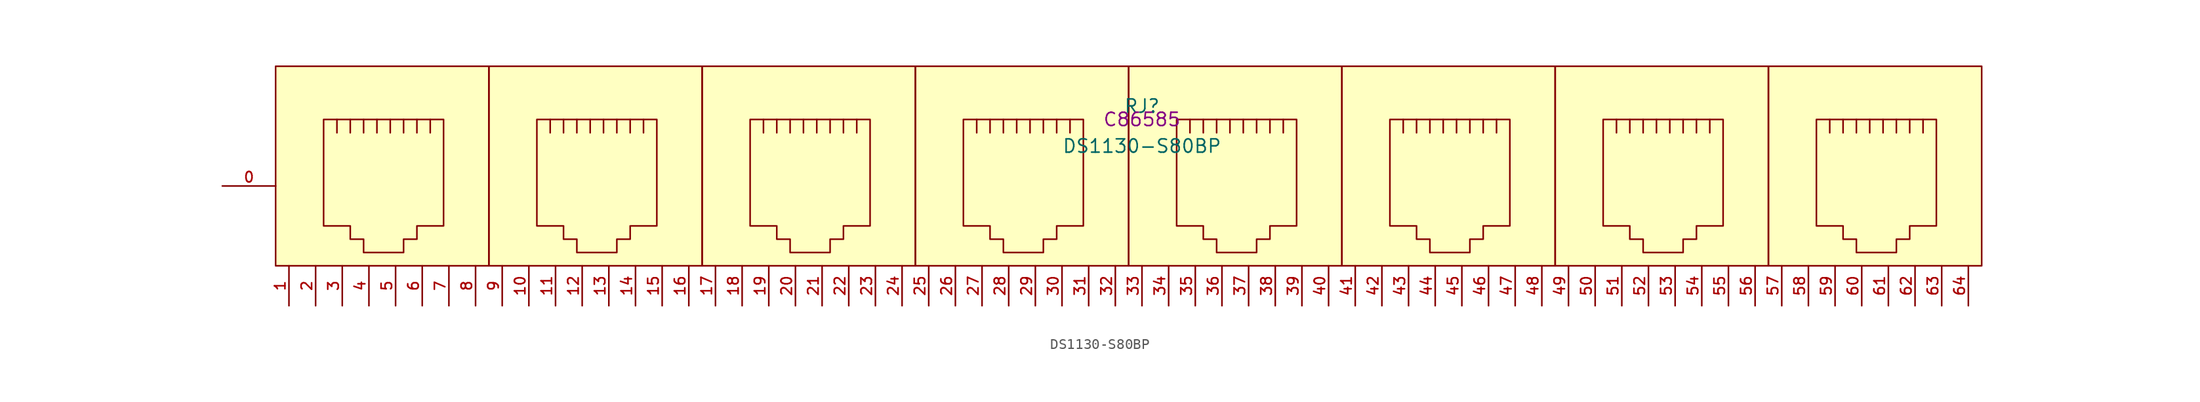
<source format=kicad_sym>
(kicad_symbol_lib
  (version 20211014)
  (generator kicad_symbol_editor)
  (symbol "DS1130-S80BP"
    (pin_names hide)
    (property "Reference" "RJ"
      (at 0 1.27 0)
      (effects (font (size 1.27 1.27))))
    (property "Value" "DS1130-S80BP"
      (at 0 -2.54 0)
      (effects (font (size 1.27 1.27))))
    (property "LCSC" "C86585"
      (at 0 0 0)
      (effects (font (size 1.27 1.27))))
    (symbol "DS1130-S80BP_0_0"
      (rectangle (start -82.55 5.08) (end -62.23 -13.97) (stroke (width 0) (type default) (color 0 0 0 0)) (fill (type background)))
      (rectangle (start -62.23 5.08) (end -41.91 -13.97) (stroke (width 0) (type default) (color 0 0 0 0)) (fill (type background)))
      (rectangle (start -41.91 5.08) (end -21.59 -13.97) (stroke (width 0) (type default) (color 0 0 0 0)) (fill (type background)))
      (rectangle (start -21.59 5.08) (end -1.27 -13.97) (stroke (width 0) (type default) (color 0 0 0 0)) (fill (type background)))
      (rectangle (start -1.27 5.08) (end 19.05 -13.97) (stroke (width 0) (type default) (color 0 0 0 0)) (fill (type background)))
      (polyline (pts (xy -76.708 -1.27) (xy -76.708 0) (xy -76.708 0)) (stroke (width 0) (type default) (color 0 0 0 0)) (fill (type none)))
      (polyline (pts (xy -75.438 0) (xy -75.438 -1.27) (xy -75.438 -1.27)) (stroke (width 0) (type default) (color 0 0 0 0)) (fill (type none)))
      (polyline (pts (xy -74.168 0) (xy -74.168 -1.27) (xy -74.168 -1.27)) (stroke (width 0) (type default) (color 0 0 0 0)) (fill (type none)))
      (polyline (pts (xy -72.898 0) (xy -72.898 -1.27) (xy -72.898 -1.27)) (stroke (width 0) (type default) (color 0 0 0 0)) (fill (type none)))
      (polyline (pts (xy -71.628 0) (xy -71.628 -1.27) (xy -71.628 -1.27)) (stroke (width 0) (type default) (color 0 0 0 0)) (fill (type none)))
      (polyline (pts (xy -70.358 0) (xy -70.358 -1.27) (xy -70.358 -1.27)) (stroke (width 0) (type default) (color 0 0 0 0)) (fill (type none)))
      (polyline (pts (xy -69.088 -1.27) (xy -69.088 0) (xy -69.088 0)) (stroke (width 0) (type default) (color 0 0 0 0)) (fill (type none)))
      (polyline (pts (xy -67.818 -1.27) (xy -67.818 0) (xy -67.818 0)) (stroke (width 0) (type default) (color 0 0 0 0)) (fill (type none)))
      (polyline (pts (xy -56.388 -1.27) (xy -56.388 0) (xy -56.388 0)) (stroke (width 0) (type default) (color 0 0 0 0)) (fill (type none)))
      (polyline (pts (xy -55.118 0) (xy -55.118 -1.27) (xy -55.118 -1.27)) (stroke (width 0) (type default) (color 0 0 0 0)) (fill (type none)))
      (polyline (pts (xy -53.848 0) (xy -53.848 -1.27) (xy -53.848 -1.27)) (stroke (width 0) (type default) (color 0 0 0 0)) (fill (type none)))
      (polyline (pts (xy -52.578 0) (xy -52.578 -1.27) (xy -52.578 -1.27)) (stroke (width 0) (type default) (color 0 0 0 0)) (fill (type none)))
      (polyline (pts (xy -51.308 0) (xy -51.308 -1.27) (xy -51.308 -1.27)) (stroke (width 0) (type default) (color 0 0 0 0)) (fill (type none)))
      (polyline (pts (xy -50.038 0) (xy -50.038 -1.27) (xy -50.038 -1.27)) (stroke (width 0) (type default) (color 0 0 0 0)) (fill (type none)))
      (polyline (pts (xy -48.768 -1.27) (xy -48.768 0) (xy -48.768 0)) (stroke (width 0) (type default) (color 0 0 0 0)) (fill (type none)))
      (polyline (pts (xy -47.498 -1.27) (xy -47.498 0) (xy -47.498 0)) (stroke (width 0) (type default) (color 0 0 0 0)) (fill (type none)))
      (polyline (pts (xy -36.068 -1.27) (xy -36.068 0) (xy -36.068 0)) (stroke (width 0) (type default) (color 0 0 0 0)) (fill (type none)))
      (polyline (pts (xy -34.798 0) (xy -34.798 -1.27) (xy -34.798 -1.27)) (stroke (width 0) (type default) (color 0 0 0 0)) (fill (type none)))
      (polyline (pts (xy -33.528 0) (xy -33.528 -1.27) (xy -33.528 -1.27)) (stroke (width 0) (type default) (color 0 0 0 0)) (fill (type none)))
      (polyline (pts (xy -32.258 0) (xy -32.258 -1.27) (xy -32.258 -1.27)) (stroke (width 0) (type default) (color 0 0 0 0)) (fill (type none)))
      (polyline (pts (xy -30.988 0) (xy -30.988 -1.27) (xy -30.988 -1.27)) (stroke (width 0) (type default) (color 0 0 0 0)) (fill (type none)))
      (polyline (pts (xy -29.718 0) (xy -29.718 -1.27) (xy -29.718 -1.27)) (stroke (width 0) (type default) (color 0 0 0 0)) (fill (type none)))
      (polyline (pts (xy -28.448 -1.27) (xy -28.448 0) (xy -28.448 0)) (stroke (width 0) (type default) (color 0 0 0 0)) (fill (type none)))
      (polyline (pts (xy -27.178 -1.27) (xy -27.178 0) (xy -27.178 0)) (stroke (width 0) (type default) (color 0 0 0 0)) (fill (type none)))
      (polyline (pts (xy -15.748 -1.27) (xy -15.748 0) (xy -15.748 0)) (stroke (width 0) (type default) (color 0 0 0 0)) (fill (type none)))
      (polyline (pts (xy -14.478 0) (xy -14.478 -1.27) (xy -14.478 -1.27)) (stroke (width 0) (type default) (color 0 0 0 0)) (fill (type none)))
      (polyline (pts (xy -13.208 0) (xy -13.208 -1.27) (xy -13.208 -1.27)) (stroke (width 0) (type default) (color 0 0 0 0)) (fill (type none)))
      (polyline (pts (xy -11.938 0) (xy -11.938 -1.27) (xy -11.938 -1.27)) (stroke (width 0) (type default) (color 0 0 0 0)) (fill (type none)))
      (polyline (pts (xy -10.668 0) (xy -10.668 -1.27) (xy -10.668 -1.27)) (stroke (width 0) (type default) (color 0 0 0 0)) (fill (type none)))
      (polyline (pts (xy -9.398 0) (xy -9.398 -1.27) (xy -9.398 -1.27)) (stroke (width 0) (type default) (color 0 0 0 0)) (fill (type none)))
      (polyline (pts (xy -8.128 -1.27) (xy -8.128 0) (xy -8.128 0)) (stroke (width 0) (type default) (color 0 0 0 0)) (fill (type none)))
      (polyline (pts (xy -6.858 -1.27) (xy -6.858 0) (xy -6.858 0)) (stroke (width 0) (type default) (color 0 0 0 0)) (fill (type none)))
      (polyline (pts (xy 4.572 -1.27) (xy 4.572 0) (xy 4.572 0)) (stroke (width 0) (type default) (color 0 0 0 0)) (fill (type none)))
      (polyline (pts (xy 5.842 0) (xy 5.842 -1.27) (xy 5.842 -1.27)) (stroke (width 0) (type default) (color 0 0 0 0)) (fill (type none)))
      (polyline (pts (xy 7.112 0) (xy 7.112 -1.27) (xy 7.112 -1.27)) (stroke (width 0) (type default) (color 0 0 0 0)) (fill (type none)))
      (polyline (pts (xy 8.382 0) (xy 8.382 -1.27) (xy 8.382 -1.27)) (stroke (width 0) (type default) (color 0 0 0 0)) (fill (type none)))
      (polyline (pts (xy 9.652 0) (xy 9.652 -1.27) (xy 9.652 -1.27)) (stroke (width 0) (type default) (color 0 0 0 0)) (fill (type none)))
      (polyline (pts (xy 10.922 0) (xy 10.922 -1.27) (xy 10.922 -1.27)) (stroke (width 0) (type default) (color 0 0 0 0)) (fill (type none)))
      (polyline (pts (xy 12.192 -1.27) (xy 12.192 0) (xy 12.192 0)) (stroke (width 0) (type default) (color 0 0 0 0)) (fill (type none)))
      (polyline (pts (xy 13.462 -1.27) (xy 13.462 0) (xy 13.462 0)) (stroke (width 0) (type default) (color 0 0 0 0)) (fill (type none)))
      (polyline (pts (xy 24.892 -1.27) (xy 24.892 0) (xy 24.892 0)) (stroke (width 0) (type default) (color 0 0 0 0)) (fill (type none)))
      (polyline (pts (xy 26.162 0) (xy 26.162 -1.27) (xy 26.162 -1.27)) (stroke (width 0) (type default) (color 0 0 0 0)) (fill (type none)))
      (polyline (pts (xy 27.432 0) (xy 27.432 -1.27) (xy 27.432 -1.27)) (stroke (width 0) (type default) (color 0 0 0 0)) (fill (type none)))
      (polyline (pts (xy 28.702 0) (xy 28.702 -1.27) (xy 28.702 -1.27)) (stroke (width 0) (type default) (color 0 0 0 0)) (fill (type none)))
      (polyline (pts (xy 29.972 0) (xy 29.972 -1.27) (xy 29.972 -1.27)) (stroke (width 0) (type default) (color 0 0 0 0)) (fill (type none)))
      (polyline (pts (xy 31.242 0) (xy 31.242 -1.27) (xy 31.242 -1.27)) (stroke (width 0) (type default) (color 0 0 0 0)) (fill (type none)))
      (polyline (pts (xy 32.512 -1.27) (xy 32.512 0) (xy 32.512 0)) (stroke (width 0) (type default) (color 0 0 0 0)) (fill (type none)))
      (polyline (pts (xy 33.782 -1.27) (xy 33.782 0) (xy 33.782 0)) (stroke (width 0) (type default) (color 0 0 0 0)) (fill (type none)))
      (polyline (pts (xy 45.212 -1.27) (xy 45.212 0) (xy 45.212 0)) (stroke (width 0) (type default) (color 0 0 0 0)) (fill (type none)))
      (polyline (pts (xy 46.482 0) (xy 46.482 -1.27) (xy 46.482 -1.27)) (stroke (width 0) (type default) (color 0 0 0 0)) (fill (type none)))
      (polyline (pts (xy 47.752 0) (xy 47.752 -1.27) (xy 47.752 -1.27)) (stroke (width 0) (type default) (color 0 0 0 0)) (fill (type none)))
      (polyline (pts (xy 49.022 0) (xy 49.022 -1.27) (xy 49.022 -1.27)) (stroke (width 0) (type default) (color 0 0 0 0)) (fill (type none)))
      (polyline (pts (xy 50.292 0) (xy 50.292 -1.27) (xy 50.292 -1.27)) (stroke (width 0) (type default) (color 0 0 0 0)) (fill (type none)))
      (polyline (pts (xy 51.562 0) (xy 51.562 -1.27) (xy 51.562 -1.27)) (stroke (width 0) (type default) (color 0 0 0 0)) (fill (type none)))
      (polyline (pts (xy 52.832 -1.27) (xy 52.832 0) (xy 52.832 0)) (stroke (width 0) (type default) (color 0 0 0 0)) (fill (type none)))
      (polyline (pts (xy 54.102 -1.27) (xy 54.102 0) (xy 54.102 0)) (stroke (width 0) (type default) (color 0 0 0 0)) (fill (type none)))
      (polyline (pts (xy 65.532 -1.27) (xy 65.532 0) (xy 65.532 0)) (stroke (width 0) (type default) (color 0 0 0 0)) (fill (type none)))
      (polyline (pts (xy 66.802 0) (xy 66.802 -1.27) (xy 66.802 -1.27)) (stroke (width 0) (type default) (color 0 0 0 0)) (fill (type none)))
      (polyline (pts (xy 68.072 0) (xy 68.072 -1.27) (xy 68.072 -1.27)) (stroke (width 0) (type default) (color 0 0 0 0)) (fill (type none)))
      (polyline (pts (xy 69.342 0) (xy 69.342 -1.27) (xy 69.342 -1.27)) (stroke (width 0) (type default) (color 0 0 0 0)) (fill (type none)))
      (polyline (pts (xy 70.612 0) (xy 70.612 -1.27) (xy 70.612 -1.27)) (stroke (width 0) (type default) (color 0 0 0 0)) (fill (type none)))
      (polyline (pts (xy 71.882 0) (xy 71.882 -1.27) (xy 71.882 -1.27)) (stroke (width 0) (type default) (color 0 0 0 0)) (fill (type none)))
      (polyline (pts (xy 73.152 -1.27) (xy 73.152 0) (xy 73.152 0)) (stroke (width 0) (type default) (color 0 0 0 0)) (fill (type none)))
      (polyline (pts (xy 74.422 -1.27) (xy 74.422 0) (xy 74.422 0)) (stroke (width 0) (type default) (color 0 0 0 0)) (fill (type none)))
      (polyline (pts (xy -77.978 0) (xy -66.548 0) (xy -66.548 -10.16) (xy -69.088 -10.16) (xy -69.088 -11.43) (xy -70.358 -11.43) (xy -70.358 -12.7) (xy -74.168 -12.7) (xy -74.168 -11.43) (xy -75.438 -11.43) (xy -75.438 -10.16) (xy -77.978 -10.16) (xy -77.978 0) (xy -77.978 0)) (stroke (width 0) (type default) (color 0 0 0 0)) (fill (type none)))
      (polyline (pts (xy -57.658 0) (xy -46.228 0) (xy -46.228 -10.16) (xy -48.768 -10.16) (xy -48.768 -11.43) (xy -50.038 -11.43) (xy -50.038 -12.7) (xy -53.848 -12.7) (xy -53.848 -11.43) (xy -55.118 -11.43) (xy -55.118 -10.16) (xy -57.658 -10.16) (xy -57.658 0) (xy -57.658 0)) (stroke (width 0) (type default) (color 0 0 0 0)) (fill (type none)))
      (polyline (pts (xy -37.338 0) (xy -25.908 0) (xy -25.908 -10.16) (xy -28.448 -10.16) (xy -28.448 -11.43) (xy -29.718 -11.43) (xy -29.718 -12.7) (xy -33.528 -12.7) (xy -33.528 -11.43) (xy -34.798 -11.43) (xy -34.798 -10.16) (xy -37.338 -10.16) (xy -37.338 0) (xy -37.338 0)) (stroke (width 0) (type default) (color 0 0 0 0)) (fill (type none)))
      (polyline (pts (xy -17.018 0) (xy -5.588 0) (xy -5.588 -10.16) (xy -8.128 -10.16) (xy -8.128 -11.43) (xy -9.398 -11.43) (xy -9.398 -12.7) (xy -13.208 -12.7) (xy -13.208 -11.43) (xy -14.478 -11.43) (xy -14.478 -10.16) (xy -17.018 -10.16) (xy -17.018 0) (xy -17.018 0)) (stroke (width 0) (type default) (color 0 0 0 0)) (fill (type none)))
      (polyline (pts (xy 3.302 0) (xy 14.732 0) (xy 14.732 -10.16) (xy 12.192 -10.16) (xy 12.192 -11.43) (xy 10.922 -11.43) (xy 10.922 -12.7) (xy 7.112 -12.7) (xy 7.112 -11.43) (xy 5.842 -11.43) (xy 5.842 -10.16) (xy 3.302 -10.16) (xy 3.302 0) (xy 3.302 0)) (stroke (width 0) (type default) (color 0 0 0 0)) (fill (type none)))
      (polyline (pts (xy 23.622 0) (xy 35.052 0) (xy 35.052 -10.16) (xy 32.512 -10.16) (xy 32.512 -11.43) (xy 31.242 -11.43) (xy 31.242 -12.7) (xy 27.432 -12.7) (xy 27.432 -11.43) (xy 26.162 -11.43) (xy 26.162 -10.16) (xy 23.622 -10.16) (xy 23.622 0) (xy 23.622 0)) (stroke (width 0) (type default) (color 0 0 0 0)) (fill (type none)))
      (polyline (pts (xy 43.942 0) (xy 55.372 0) (xy 55.372 -10.16) (xy 52.832 -10.16) (xy 52.832 -11.43) (xy 51.562 -11.43) (xy 51.562 -12.7) (xy 47.752 -12.7) (xy 47.752 -11.43) (xy 46.482 -11.43) (xy 46.482 -10.16) (xy 43.942 -10.16) (xy 43.942 0) (xy 43.942 0)) (stroke (width 0) (type default) (color 0 0 0 0)) (fill (type none)))
      (polyline (pts (xy 64.262 0) (xy 75.692 0) (xy 75.692 -10.16) (xy 73.152 -10.16) (xy 73.152 -11.43) (xy 71.882 -11.43) (xy 71.882 -12.7) (xy 68.072 -12.7) (xy 68.072 -11.43) (xy 66.802 -11.43) (xy 66.802 -10.16) (xy 64.262 -10.16) (xy 64.262 0) (xy 64.262 0)) (stroke (width 0) (type default) (color 0 0 0 0)) (fill (type none)))
      (rectangle (start 19.05 5.08) (end 39.37 -13.97) (stroke (width 0) (type default) (color 0 0 0 0)) (fill (type background)))
      (rectangle (start 39.37 5.08) (end 59.69 -13.97) (stroke (width 0) (type default) (color 0 0 0 0)) (fill (type background)))
      (rectangle (start 59.69 5.08) (end 80.01 -13.97) (stroke (width 0) (type default) (color 0 0 0 0)) (fill (type background)))
      (pin unspecified line (at -87.63 -6.35 0) (length 5.08) (name "0" (effects (font (size 1 1)))) (number "0" (effects (font (size 1 1)))))
      (pin unspecified line (at -81.28 -17.78 90) (length 3.81) (name "1" (effects (font (size 1 1)))) (number "1" (effects (font (size 1 1)))))
      (pin unspecified line (at -58.42 -17.78 90) (length 3.81) (name "10" (effects (font (size 1 1)))) (number "10" (effects (font (size 1 1)))))
      (pin unspecified line (at -55.88 -17.78 90) (length 3.81) (name "11" (effects (font (size 1 1)))) (number "11" (effects (font (size 1 1)))))
      (pin unspecified line (at -53.34 -17.78 90) (length 3.81) (name "12" (effects (font (size 1 1)))) (number "12" (effects (font (size 1 1)))))
      (pin unspecified line (at -50.8 -17.78 90) (length 3.81) (name "13" (effects (font (size 1 1)))) (number "13" (effects (font (size 1 1)))))
      (pin unspecified line (at -48.26 -17.78 90) (length 3.81) (name "14" (effects (font (size 1 1)))) (number "14" (effects (font (size 1 1)))))
      (pin unspecified line (at -45.72 -17.78 90) (length 3.81) (name "15" (effects (font (size 1 1)))) (number "15" (effects (font (size 1 1)))))
      (pin unspecified line (at -43.18 -17.78 90) (length 3.81) (name "16" (effects (font (size 1 1)))) (number "16" (effects (font (size 1 1)))))
      (pin unspecified line (at -40.64 -17.78 90) (length 3.81) (name "17" (effects (font (size 1 1)))) (number "17" (effects (font (size 1 1)))))
      (pin unspecified line (at -38.1 -17.78 90) (length 3.81) (name "18" (effects (font (size 1 1)))) (number "18" (effects (font (size 1 1)))))
      (pin unspecified line (at -35.56 -17.78 90) (length 3.81) (name "19" (effects (font (size 1 1)))) (number "19" (effects (font (size 1 1)))))
      (pin unspecified line (at -78.74 -17.78 90) (length 3.81) (name "2" (effects (font (size 1 1)))) (number "2" (effects (font (size 1 1)))))
      (pin unspecified line (at -33.02 -17.78 90) (length 3.81) (name "20" (effects (font (size 1 1)))) (number "20" (effects (font (size 1 1)))))
      (pin unspecified line (at -30.48 -17.78 90) (length 3.81) (name "21" (effects (font (size 1 1)))) (number "21" (effects (font (size 1 1)))))
      (pin unspecified line (at -27.94 -17.78 90) (length 3.81) (name "22" (effects (font (size 1 1)))) (number "22" (effects (font (size 1 1)))))
      (pin unspecified line (at -25.4 -17.78 90) (length 3.81) (name "23" (effects (font (size 1 1)))) (number "23" (effects (font (size 1 1)))))
      (pin unspecified line (at -22.86 -17.78 90) (length 3.81) (name "24" (effects (font (size 1 1)))) (number "24" (effects (font (size 1 1)))))
      (pin unspecified line (at -20.32 -17.78 90) (length 3.81) (name "25" (effects (font (size 1 1)))) (number "25" (effects (font (size 1 1)))))
      (pin unspecified line (at -17.78 -17.78 90) (length 3.81) (name "26" (effects (font (size 1 1)))) (number "26" (effects (font (size 1 1)))))
      (pin unspecified line (at -15.24 -17.78 90) (length 3.81) (name "27" (effects (font (size 1 1)))) (number "27" (effects (font (size 1 1)))))
      (pin unspecified line (at -12.7 -17.78 90) (length 3.81) (name "28" (effects (font (size 1 1)))) (number "28" (effects (font (size 1 1)))))
      (pin unspecified line (at -10.16 -17.78 90) (length 3.81) (name "29" (effects (font (size 1 1)))) (number "29" (effects (font (size 1 1)))))
      (pin unspecified line (at -76.2 -17.78 90) (length 3.81) (name "3" (effects (font (size 1 1)))) (number "3" (effects (font (size 1 1)))))
      (pin unspecified line (at -7.62 -17.78 90) (length 3.81) (name "30" (effects (font (size 1 1)))) (number "30" (effects (font (size 1 1)))))
      (pin unspecified line (at -5.08 -17.78 90) (length 3.81) (name "31" (effects (font (size 1 1)))) (number "31" (effects (font (size 1 1)))))
      (pin unspecified line (at -2.54 -17.78 90) (length 3.81) (name "32" (effects (font (size 1 1)))) (number "32" (effects (font (size 1 1)))))
      (pin unspecified line (at 0 -17.78 90) (length 3.81) (name "33" (effects (font (size 1 1)))) (number "33" (effects (font (size 1 1)))))
      (pin unspecified line (at 2.54 -17.78 90) (length 3.81) (name "34" (effects (font (size 1 1)))) (number "34" (effects (font (size 1 1)))))
      (pin unspecified line (at 5.08 -17.78 90) (length 3.81) (name "35" (effects (font (size 1 1)))) (number "35" (effects (font (size 1 1)))))
      (pin unspecified line (at 7.62 -17.78 90) (length 3.81) (name "36" (effects (font (size 1 1)))) (number "36" (effects (font (size 1 1)))))
      (pin unspecified line (at 10.16 -17.78 90) (length 3.81) (name "37" (effects (font (size 1 1)))) (number "37" (effects (font (size 1 1)))))
      (pin unspecified line (at 12.7 -17.78 90) (length 3.81) (name "38" (effects (font (size 1 1)))) (number "38" (effects (font (size 1 1)))))
      (pin unspecified line (at 15.24 -17.78 90) (length 3.81) (name "39" (effects (font (size 1 1)))) (number "39" (effects (font (size 1 1)))))
      (pin unspecified line (at -73.66 -17.78 90) (length 3.81) (name "4" (effects (font (size 1 1)))) (number "4" (effects (font (size 1 1)))))
      (pin unspecified line (at 17.78 -17.78 90) (length 3.81) (name "40" (effects (font (size 1 1)))) (number "40" (effects (font (size 1 1)))))
      (pin unspecified line (at 20.32 -17.78 90) (length 3.81) (name "41" (effects (font (size 1 1)))) (number "41" (effects (font (size 1 1)))))
      (pin unspecified line (at 22.86 -17.78 90) (length 3.81) (name "42" (effects (font (size 1 1)))) (number "42" (effects (font (size 1 1)))))
      (pin unspecified line (at 25.4 -17.78 90) (length 3.81) (name "43" (effects (font (size 1 1)))) (number "43" (effects (font (size 1 1)))))
      (pin unspecified line (at 27.94 -17.78 90) (length 3.81) (name "44" (effects (font (size 1 1)))) (number "44" (effects (font (size 1 1)))))
      (pin unspecified line (at 30.48 -17.78 90) (length 3.81) (name "45" (effects (font (size 1 1)))) (number "45" (effects (font (size 1 1)))))
      (pin unspecified line (at 33.02 -17.78 90) (length 3.81) (name "46" (effects (font (size 1 1)))) (number "46" (effects (font (size 1 1)))))
      (pin unspecified line (at 35.56 -17.78 90) (length 3.81) (name "47" (effects (font (size 1 1)))) (number "47" (effects (font (size 1 1)))))
      (pin unspecified line (at 38.1 -17.78 90) (length 3.81) (name "48" (effects (font (size 1 1)))) (number "48" (effects (font (size 1 1)))))
      (pin unspecified line (at 40.64 -17.78 90) (length 3.81) (name "49" (effects (font (size 1 1)))) (number "49" (effects (font (size 1 1)))))
      (pin unspecified line (at -71.12 -17.78 90) (length 3.81) (name "5" (effects (font (size 1 1)))) (number "5" (effects (font (size 1 1)))))
      (pin unspecified line (at 43.18 -17.78 90) (length 3.81) (name "50" (effects (font (size 1 1)))) (number "50" (effects (font (size 1 1)))))
      (pin unspecified line (at 45.72 -17.78 90) (length 3.81) (name "51" (effects (font (size 1 1)))) (number "51" (effects (font (size 1 1)))))
      (pin unspecified line (at 48.26 -17.78 90) (length 3.81) (name "52" (effects (font (size 1 1)))) (number "52" (effects (font (size 1 1)))))
      (pin unspecified line (at 50.8 -17.78 90) (length 3.81) (name "53" (effects (font (size 1 1)))) (number "53" (effects (font (size 1 1)))))
      (pin unspecified line (at 53.34 -17.78 90) (length 3.81) (name "54" (effects (font (size 1 1)))) (number "54" (effects (font (size 1 1)))))
      (pin unspecified line (at 55.88 -17.78 90) (length 3.81) (name "55" (effects (font (size 1 1)))) (number "55" (effects (font (size 1 1)))))
      (pin unspecified line (at 58.42 -17.78 90) (length 3.81) (name "56" (effects (font (size 1 1)))) (number "56" (effects (font (size 1 1)))))
      (pin unspecified line (at 60.96 -17.78 90) (length 3.81) (name "57" (effects (font (size 1 1)))) (number "57" (effects (font (size 1 1)))))
      (pin unspecified line (at 63.5 -17.78 90) (length 3.81) (name "58" (effects (font (size 1 1)))) (number "58" (effects (font (size 1 1)))))
      (pin unspecified line (at 66.04 -17.78 90) (length 3.81) (name "59" (effects (font (size 1 1)))) (number "59" (effects (font (size 1 1)))))
      (pin unspecified line (at -68.58 -17.78 90) (length 3.81) (name "6" (effects (font (size 1 1)))) (number "6" (effects (font (size 1 1)))))
      (pin unspecified line (at 68.58 -17.78 90) (length 3.81) (name "60" (effects (font (size 1 1)))) (number "60" (effects (font (size 1 1)))))
      (pin unspecified line (at 71.12 -17.78 90) (length 3.81) (name "61" (effects (font (size 1 1)))) (number "61" (effects (font (size 1 1)))))
      (pin unspecified line (at 73.66 -17.78 90) (length 3.81) (name "62" (effects (font (size 1 1)))) (number "62" (effects (font (size 1 1)))))
      (pin unspecified line (at 76.2 -17.78 90) (length 3.81) (name "63" (effects (font (size 1 1)))) (number "63" (effects (font (size 1 1)))))
      (pin unspecified line (at 78.74 -17.78 90) (length 3.81) (name "64" (effects (font (size 1 1)))) (number "64" (effects (font (size 1 1)))))
      (pin unspecified line (at -66.04 -17.78 90) (length 3.81) (name "7" (effects (font (size 1 1)))) (number "7" (effects (font (size 1 1)))))
      (pin unspecified line (at -63.5 -17.78 90) (length 3.81) (name "8" (effects (font (size 1 1)))) (number "8" (effects (font (size 1 1)))))
      (pin unspecified line (at -60.96 -17.78 90) (length 3.81) (name "9" (effects (font (size 1 1)))) (number "9" (effects (font (size 1 1))))))))
</source>
